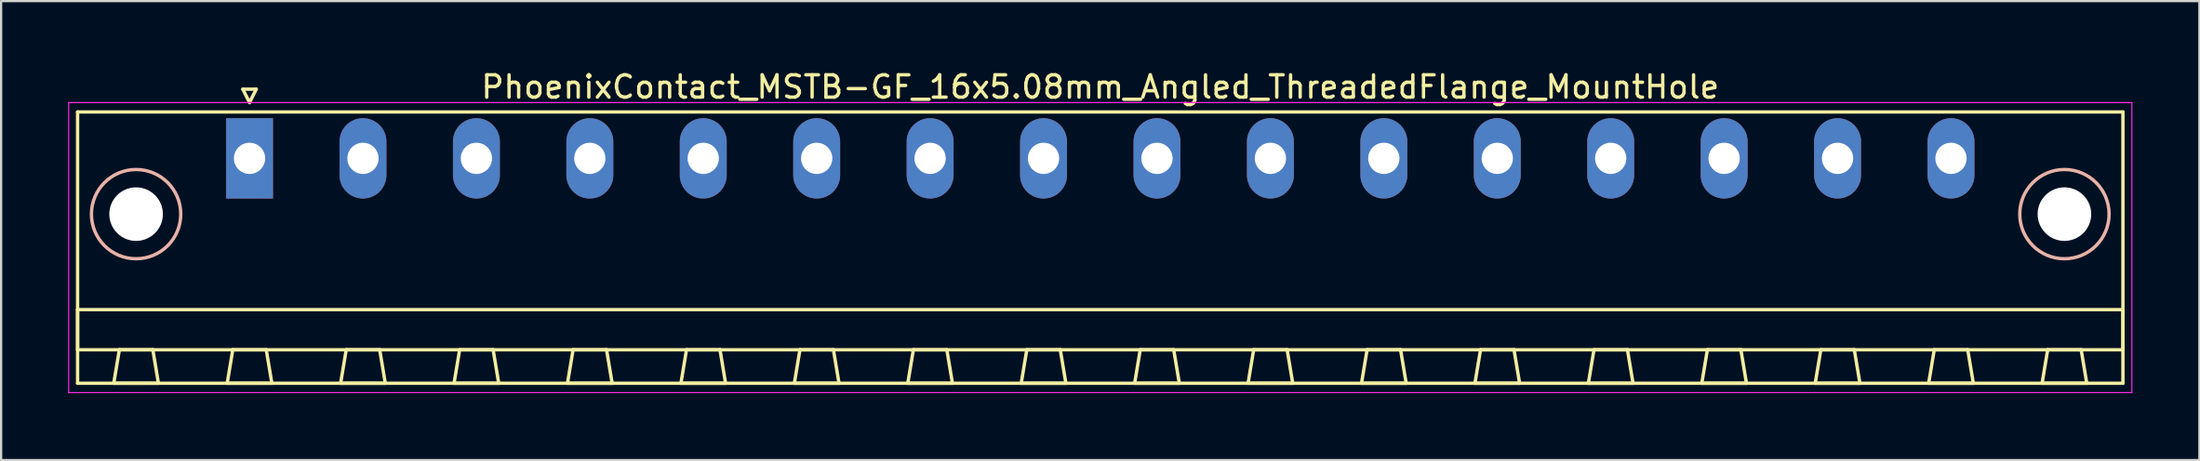
<source format=kicad_pcb>
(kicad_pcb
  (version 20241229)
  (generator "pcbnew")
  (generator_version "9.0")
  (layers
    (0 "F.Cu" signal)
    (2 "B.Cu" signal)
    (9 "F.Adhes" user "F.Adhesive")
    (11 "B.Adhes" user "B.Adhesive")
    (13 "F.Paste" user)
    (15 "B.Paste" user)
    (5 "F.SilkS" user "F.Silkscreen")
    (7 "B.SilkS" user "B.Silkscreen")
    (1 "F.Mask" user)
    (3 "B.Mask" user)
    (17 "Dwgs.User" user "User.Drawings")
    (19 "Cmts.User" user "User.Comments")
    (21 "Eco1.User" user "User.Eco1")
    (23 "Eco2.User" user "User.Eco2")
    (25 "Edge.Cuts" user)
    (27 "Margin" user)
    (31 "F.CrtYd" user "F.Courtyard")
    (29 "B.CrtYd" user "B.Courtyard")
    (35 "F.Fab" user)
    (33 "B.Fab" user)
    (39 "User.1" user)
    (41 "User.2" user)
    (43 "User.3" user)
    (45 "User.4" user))
  (footprint "PhoenixContact_MSTB-GF_16x5.08mm_Angled_ThreadedFlange_MountHole"
    (layer "F.Cu")
    (at 8.125 4.048)
    (property "Reference" "PhoenixContact_MSTB-GF_16x5.08mm_Angled_ThreadedFlange_MountHole" (at 38.1 -3.2 0) (layer "F.SilkS") (effects (font (size 1 1) (thickness 0.15))))
    (attr through_hole)
    (fp_line (start -7.7 -2.08) (end -7.7 10.08) (stroke (width 0.15) (type solid)) (layer "F.SilkS"))
    (fp_line (start -7.7 6.78) (end 83.9 6.78) (stroke (width 0.15) (type solid)) (layer "F.SilkS"))
    (fp_line (start -7.7 8.58) (end -7.7 6.78) (stroke (width 0.15) (type solid)) (layer "F.SilkS"))
    (fp_line (start -7.7 10.08) (end 83.9 10.08) (stroke (width 0.15) (type solid)) (layer "F.SilkS"))
    (fp_line (start -6.08 10.08) (end -4.08 10.08) (stroke (width 0.15) (type solid)) (layer "F.SilkS"))
    (fp_line (start -5.83 8.58) (end -6.08 10.08) (stroke (width 0.15) (type solid)) (layer "F.SilkS"))
    (fp_line (start -4.33 8.58) (end -5.83 8.58) (stroke (width 0.15) (type solid)) (layer "F.SilkS"))
    (fp_line (start -4.08 10.08) (end -4.33 8.58) (stroke (width 0.15) (type solid)) (layer "F.SilkS"))
    (fp_line (start -1 10.08) (end 1 10.08) (stroke (width 0.15) (type solid)) (layer "F.SilkS"))
    (fp_line (start -0.75 8.58) (end -1 10.08) (stroke (width 0.15) (type solid)) (layer "F.SilkS"))
    (fp_line (start -0.3 -3.1) (end 0 -2.5) (stroke (width 0.15) (type solid)) (layer "F.SilkS"))
    (fp_line (start 0 -2.5) (end 0.3 -3.1) (stroke (width 0.15) (type solid)) (layer "F.SilkS"))
    (fp_line (start 0.3 -3.1) (end -0.3 -3.1) (stroke (width 0.15) (type solid)) (layer "F.SilkS"))
    (fp_line (start 0.75 8.58) (end -0.75 8.58) (stroke (width 0.15) (type solid)) (layer "F.SilkS"))
    (fp_line (start 1 10.08) (end 0.75 8.58) (stroke (width 0.15) (type solid)) (layer "F.SilkS"))
    (fp_line (start 4.08 10.08) (end 6.08 10.08) (stroke (width 0.15) (type solid)) (layer "F.SilkS"))
    (fp_line (start 4.33 8.58) (end 4.08 10.08) (stroke (width 0.15) (type solid)) (layer "F.SilkS"))
    (fp_line (start 5.83 8.58) (end 4.33 8.58) (stroke (width 0.15) (type solid)) (layer "F.SilkS"))
    (fp_line (start 6.08 10.08) (end 5.83 8.58) (stroke (width 0.15) (type solid)) (layer "F.SilkS"))
    (fp_line (start 9.16 10.08) (end 11.16 10.08) (stroke (width 0.15) (type solid)) (layer "F.SilkS"))
    (fp_line (start 9.41 8.58) (end 9.16 10.08) (stroke (width 0.15) (type solid)) (layer "F.SilkS"))
    (fp_line (start 10.91 8.58) (end 9.41 8.58) (stroke (width 0.15) (type solid)) (layer "F.SilkS"))
    (fp_line (start 11.16 10.08) (end 10.91 8.58) (stroke (width 0.15) (type solid)) (layer "F.SilkS"))
    (fp_line (start 14.24 10.08) (end 16.24 10.08) (stroke (width 0.15) (type solid)) (layer "F.SilkS"))
    (fp_line (start 14.49 8.58) (end 14.24 10.08) (stroke (width 0.15) (type solid)) (layer "F.SilkS"))
    (fp_line (start 15.99 8.58) (end 14.49 8.58) (stroke (width 0.15) (type solid)) (layer "F.SilkS"))
    (fp_line (start 16.24 10.08) (end 15.99 8.58) (stroke (width 0.15) (type solid)) (layer "F.SilkS"))
    (fp_line (start 19.32 10.08) (end 21.32 10.08) (stroke (width 0.15) (type solid)) (layer "F.SilkS"))
    (fp_line (start 19.57 8.58) (end 19.32 10.08) (stroke (width 0.15) (type solid)) (layer "F.SilkS"))
    (fp_line (start 21.07 8.58) (end 19.57 8.58) (stroke (width 0.15) (type solid)) (layer "F.SilkS"))
    (fp_line (start 21.32 10.08) (end 21.07 8.58) (stroke (width 0.15) (type solid)) (layer "F.SilkS"))
    (fp_line (start 24.4 10.08) (end 26.4 10.08) (stroke (width 0.15) (type solid)) (layer "F.SilkS"))
    (fp_line (start 24.65 8.58) (end 24.4 10.08) (stroke (width 0.15) (type solid)) (layer "F.SilkS"))
    (fp_line (start 26.15 8.58) (end 24.65 8.58) (stroke (width 0.15) (type solid)) (layer "F.SilkS"))
    (fp_line (start 26.4 10.08) (end 26.15 8.58) (stroke (width 0.15) (type solid)) (layer "F.SilkS"))
    (fp_line (start 29.48 10.08) (end 31.48 10.08) (stroke (width 0.15) (type solid)) (layer "F.SilkS"))
    (fp_line (start 29.73 8.58) (end 29.48 10.08) (stroke (width 0.15) (type solid)) (layer "F.SilkS"))
    (fp_line (start 31.23 8.58) (end 29.73 8.58) (stroke (width 0.15) (type solid)) (layer "F.SilkS"))
    (fp_line (start 31.48 10.08) (end 31.23 8.58) (stroke (width 0.15) (type solid)) (layer "F.SilkS"))
    (fp_line (start 34.56 10.08) (end 36.56 10.08) (stroke (width 0.15) (type solid)) (layer "F.SilkS"))
    (fp_line (start 34.81 8.58) (end 34.56 10.08) (stroke (width 0.15) (type solid)) (layer "F.SilkS"))
    (fp_line (start 36.31 8.58) (end 34.81 8.58) (stroke (width 0.15) (type solid)) (layer "F.SilkS"))
    (fp_line (start 36.56 10.08) (end 36.31 8.58) (stroke (width 0.15) (type solid)) (layer "F.SilkS"))
    (fp_line (start 39.64 10.08) (end 41.64 10.08) (stroke (width 0.15) (type solid)) (layer "F.SilkS"))
    (fp_line (start 39.89 8.58) (end 39.64 10.08) (stroke (width 0.15) (type solid)) (layer "F.SilkS"))
    (fp_line (start 41.39 8.58) (end 39.89 8.58) (stroke (width 0.15) (type solid)) (layer "F.SilkS"))
    (fp_line (start 41.64 10.08) (end 41.39 8.58) (stroke (width 0.15) (type solid)) (layer "F.SilkS"))
    (fp_line (start 44.72 10.08) (end 46.72 10.08) (stroke (width 0.15) (type solid)) (layer "F.SilkS"))
    (fp_line (start 44.97 8.58) (end 44.72 10.08) (stroke (width 0.15) (type solid)) (layer "F.SilkS"))
    (fp_line (start 46.47 8.58) (end 44.97 8.58) (stroke (width 0.15) (type solid)) (layer "F.SilkS"))
    (fp_line (start 46.72 10.08) (end 46.47 8.58) (stroke (width 0.15) (type solid)) (layer "F.SilkS"))
    (fp_line (start 49.8 10.08) (end 51.8 10.08) (stroke (width 0.15) (type solid)) (layer "F.SilkS"))
    (fp_line (start 50.05 8.58) (end 49.8 10.08) (stroke (width 0.15) (type solid)) (layer "F.SilkS"))
    (fp_line (start 51.55 8.58) (end 50.05 8.58) (stroke (width 0.15) (type solid)) (layer "F.SilkS"))
    (fp_line (start 51.8 10.08) (end 51.55 8.58) (stroke (width 0.15) (type solid)) (layer "F.SilkS"))
    (fp_line (start 54.88 10.08) (end 56.88 10.08) (stroke (width 0.15) (type solid)) (layer "F.SilkS"))
    (fp_line (start 55.13 8.58) (end 54.88 10.08) (stroke (width 0.15) (type solid)) (layer "F.SilkS"))
    (fp_line (start 56.63 8.58) (end 55.13 8.58) (stroke (width 0.15) (type solid)) (layer "F.SilkS"))
    (fp_line (start 56.88 10.08) (end 56.63 8.58) (stroke (width 0.15) (type solid)) (layer "F.SilkS"))
    (fp_line (start 59.96 10.08) (end 61.96 10.08) (stroke (width 0.15) (type solid)) (layer "F.SilkS"))
    (fp_line (start 60.21 8.58) (end 59.96 10.08) (stroke (width 0.15) (type solid)) (layer "F.SilkS"))
    (fp_line (start 61.71 8.58) (end 60.21 8.58) (stroke (width 0.15) (type solid)) (layer "F.SilkS"))
    (fp_line (start 61.96 10.08) (end 61.71 8.58) (stroke (width 0.15) (type solid)) (layer "F.SilkS"))
    (fp_line (start 65.04 10.08) (end 67.04 10.08) (stroke (width 0.15) (type solid)) (layer "F.SilkS"))
    (fp_line (start 65.29 8.58) (end 65.04 10.08) (stroke (width 0.15) (type solid)) (layer "F.SilkS"))
    (fp_line (start 66.79 8.58) (end 65.29 8.58) (stroke (width 0.15) (type solid)) (layer "F.SilkS"))
    (fp_line (start 67.04 10.08) (end 66.79 8.58) (stroke (width 0.15) (type solid)) (layer "F.SilkS"))
    (fp_line (start 70.12 10.08) (end 72.12 10.08) (stroke (width 0.15) (type solid)) (layer "F.SilkS"))
    (fp_line (start 70.37 8.58) (end 70.12 10.08) (stroke (width 0.15) (type solid)) (layer "F.SilkS"))
    (fp_line (start 71.87 8.58) (end 70.37 8.58) (stroke (width 0.15) (type solid)) (layer "F.SilkS"))
    (fp_line (start 72.12 10.08) (end 71.87 8.58) (stroke (width 0.15) (type solid)) (layer "F.SilkS"))
    (fp_line (start 75.2 10.08) (end 77.2 10.08) (stroke (width 0.15) (type solid)) (layer "F.SilkS"))
    (fp_line (start 75.45 8.58) (end 75.2 10.08) (stroke (width 0.15) (type solid)) (layer "F.SilkS"))
    (fp_line (start 76.95 8.58) (end 75.45 8.58) (stroke (width 0.15) (type solid)) (layer "F.SilkS"))
    (fp_line (start 77.2 10.08) (end 76.95 8.58) (stroke (width 0.15) (type solid)) (layer "F.SilkS"))
    (fp_line (start 80.28 10.08) (end 82.28 10.08) (stroke (width 0.15) (type solid)) (layer "F.SilkS"))
    (fp_line (start 80.53 8.58) (end 80.28 10.08) (stroke (width 0.15) (type solid)) (layer "F.SilkS"))
    (fp_line (start 82.03 8.58) (end 80.53 8.58) (stroke (width 0.15) (type solid)) (layer "F.SilkS"))
    (fp_line (start 82.28 10.08) (end 82.03 8.58) (stroke (width 0.15) (type solid)) (layer "F.SilkS"))
    (fp_line (start 83.9 -2.08) (end -7.7 -2.08) (stroke (width 0.15) (type solid)) (layer "F.SilkS"))
    (fp_line (start 83.9 6.78) (end 83.9 8.58) (stroke (width 0.15) (type solid)) (layer "F.SilkS"))
    (fp_line (start 83.9 8.58) (end -7.7 8.58) (stroke (width 0.15) (type solid)) (layer "F.SilkS"))
    (fp_line (start 83.9 10.08) (end 83.9 -2.08) (stroke (width 0.15) (type solid)) (layer "F.SilkS"))
    (fp_circle (center -5.08 2.5) (end -3.08 2.5) (stroke (width 0.15) (type solid)) (fill no) (layer "B.SilkS"))
    (fp_circle (center 81.28 2.5) (end 83.28 2.5) (stroke (width 0.15) (type solid)) (fill no) (layer "B.SilkS"))
    (fp_line (start -8.1 -2.5) (end -8.1 10.5) (stroke (width 0.05) (type solid)) (layer "F.CrtYd"))
    (fp_line (start -8.1 10.5) (end 84.3 10.5) (stroke (width 0.05) (type solid)) (layer "F.CrtYd"))
    (fp_line (start 84.3 -2.5) (end -8.1 -2.5) (stroke (width 0.05) (type solid)) (layer "F.CrtYd"))
    (fp_line (start 84.3 10.5) (end 84.3 -2.5) (stroke (width 0.05) (type solid)) (layer "F.CrtYd"))
    (pad "" np_thru_hole circle (at -5.08 2.5) (size 2.4 2.4) (drill 2.4) (layers "*.Cu" "*.Mask"))
    (pad "" np_thru_hole circle (at 81.28 2.5) (size 2.4 2.4) (drill 2.4) (layers "*.Cu" "*.Mask"))
    (pad "1" thru_hole rect (at 0 0) (size 2.1 3.6) (drill 1.4) (layers "*.Cu" "*.Mask"))
    (pad "2" thru_hole oval (at 5.08 0) (size 2.1 3.6) (drill 1.4) (layers "*.Cu" "*.Mask"))
    (pad "3" thru_hole oval (at 10.16 0) (size 2.1 3.6) (drill 1.4) (layers "*.Cu" "*.Mask"))
    (pad "4" thru_hole oval (at 15.24 0) (size 2.1 3.6) (drill 1.4) (layers "*.Cu" "*.Mask"))
    (pad "5" thru_hole oval (at 20.32 0) (size 2.1 3.6) (drill 1.4) (layers "*.Cu" "*.Mask"))
    (pad "6" thru_hole oval (at 25.4 0) (size 2.1 3.6) (drill 1.4) (layers "*.Cu" "*.Mask"))
    (pad "7" thru_hole oval (at 30.48 0) (size 2.1 3.6) (drill 1.4) (layers "*.Cu" "*.Mask"))
    (pad "8" thru_hole oval (at 35.56 0) (size 2.1 3.6) (drill 1.4) (layers "*.Cu" "*.Mask"))
    (pad "9" thru_hole oval (at 40.64 0) (size 2.1 3.6) (drill 1.4) (layers "*.Cu" "*.Mask"))
    (pad "10" thru_hole oval (at 45.72 0) (size 2.1 3.6) (drill 1.4) (layers "*.Cu" "*.Mask"))
    (pad "11" thru_hole oval (at 50.8 0) (size 2.1 3.6) (drill 1.4) (layers "*.Cu" "*.Mask"))
    (pad "12" thru_hole oval (at 55.88 0) (size 2.1 3.6) (drill 1.4) (layers "*.Cu" "*.Mask"))
    (pad "13" thru_hole oval (at 60.96 0) (size 2.1 3.6) (drill 1.4) (layers "*.Cu" "*.Mask"))
    (pad "14" thru_hole oval (at 66.04 0) (size 2.1 3.6) (drill 1.4) (layers "*.Cu" "*.Mask"))
    (pad "15" thru_hole oval (at 71.12 0) (size 2.1 3.6) (drill 1.4) (layers "*.Cu" "*.Mask"))
    (pad "16" thru_hole oval (at 76.2 0) (size 2.1 3.6) (drill 1.4) (layers "*.Cu" "*.Mask")))
  (gr_rect
    (start -3 -3)
    (end 95.45 17.573)
    (stroke (width 0.1) (type default))
    (fill no)
    (layer "Edge.Cuts")))
</source>
